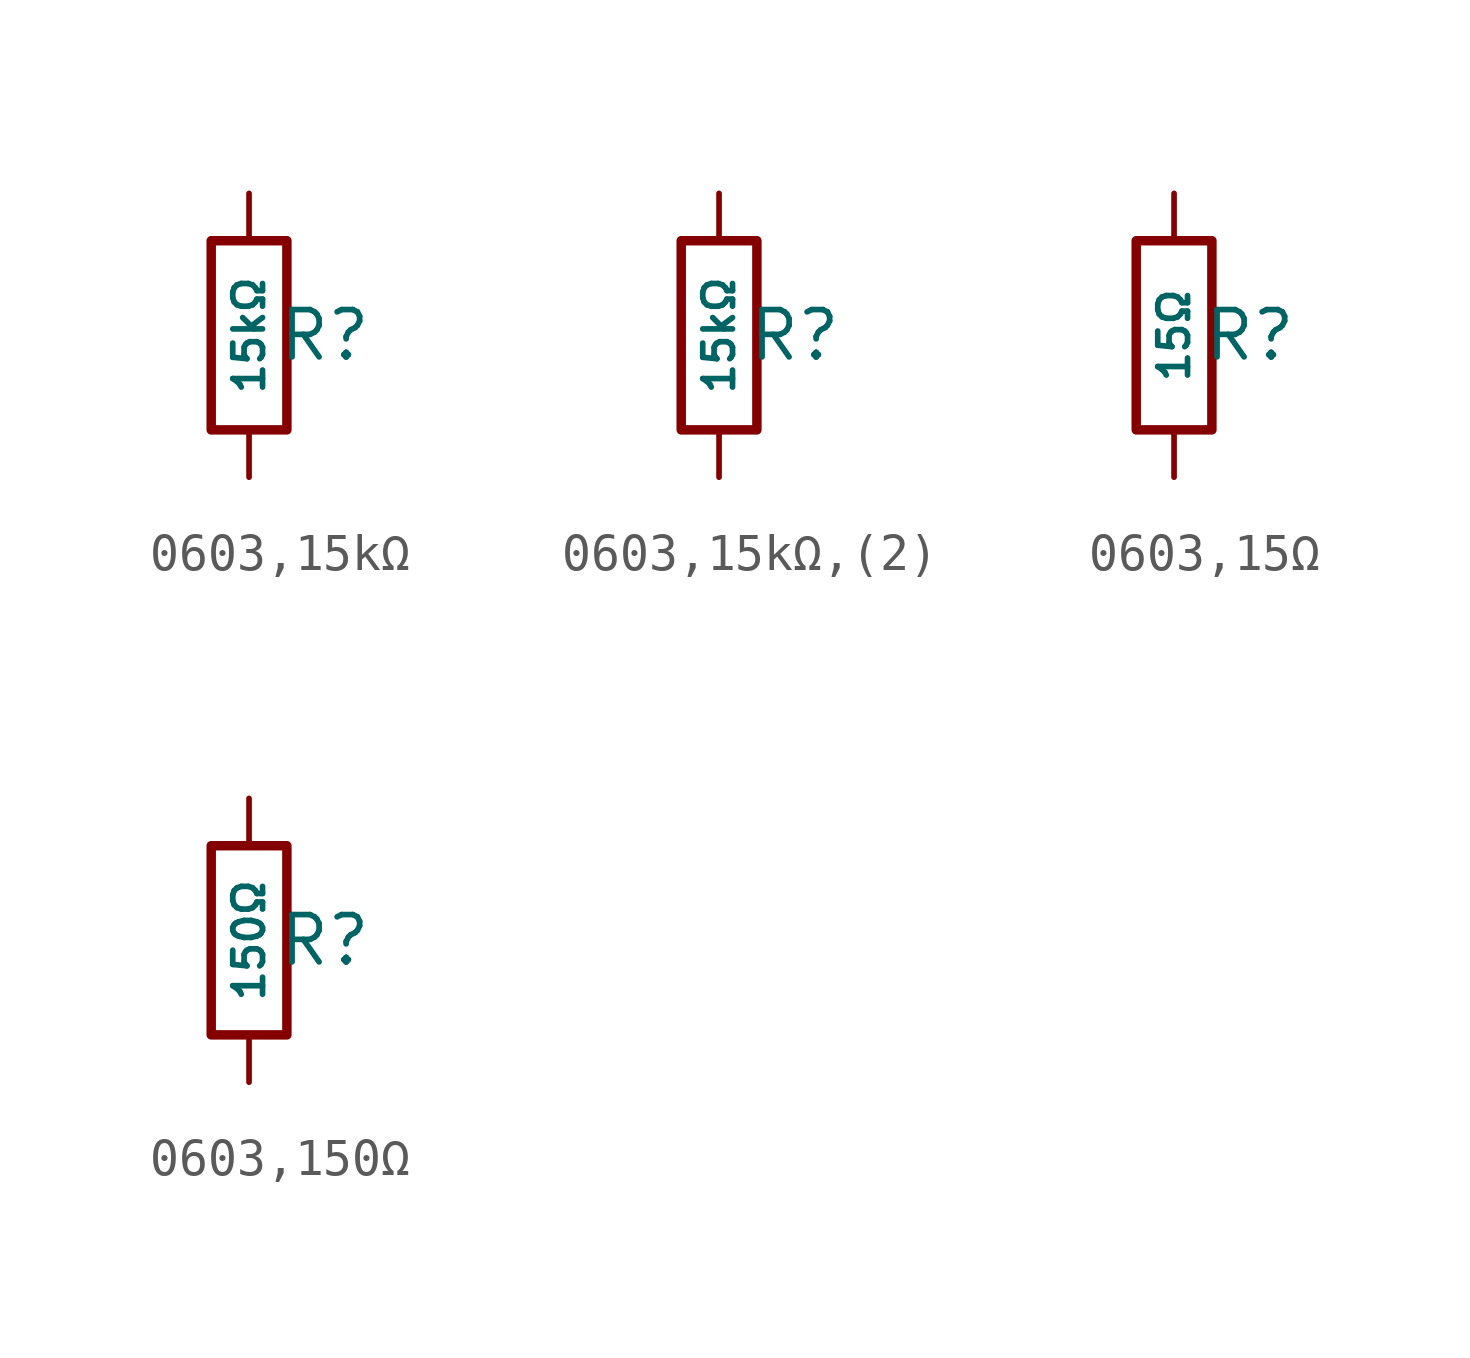
<source format=kicad_sym>
(kicad_symbol_lib
  (version 20231120)
  (generator "CDFER")
  (generator_version "8.0")
  (symbol "0603,15kΩ"
    (pin_numbers hide)
    (pin_names
      (offset 0))
    (property "Reference" "R"
      (at 2.032 0 0)
      (effects (font (size 1.27 1.27)) (hide no)))
    (property "Value" "15kΩ"
      (at 0 0 90)
      (do_not_autoplace)
      (effects (font (size 0.8 0.8)) (hide no)))
    (symbol "0603,15kΩ_0_1"
      (rectangle (start -1.016 2.54) (end 1.016 -2.54) (stroke (width 0.254) (type default)) (fill (type none))))
    (symbol "0603,15kΩ_1_1"
      (pin passive line (at 0 3.81 270) (length 1.27) (name "~" (effects (font (size 1.27 1.27)))) (number "1" (effects (font (size 1.27 1.27)))))
      (pin passive line (at 0 -3.81 90) (length 1.27) (name "~" (effects (font (size 1.27 1.27)))) (number "2" (effects (font (size 1.27 1.27)))))))
  (symbol "0603,15kΩ,(2)"
    (pin_numbers hide)
    (pin_names
      (offset 0))
    (property "Reference" "R"
      (at 2.032 0 0)
      (effects (font (size 1.27 1.27)) (hide no)))
    (property "Value" "15kΩ"
      (at 0 0 90)
      (do_not_autoplace)
      (effects (font (size 0.8 0.8)) (hide no)))
    (symbol "0603,15kΩ,(2)_0_1"
      (rectangle (start -1.016 2.54) (end 1.016 -2.54) (stroke (width 0.254) (type default)) (fill (type none))))
    (symbol "0603,15kΩ,(2)_1_1"
      (pin passive line (at 0 3.81 270) (length 1.27) (name "~" (effects (font (size 1.27 1.27)))) (number "1" (effects (font (size 1.27 1.27)))))
      (pin passive line (at 0 -3.81 90) (length 1.27) (name "~" (effects (font (size 1.27 1.27)))) (number "2" (effects (font (size 1.27 1.27)))))))
  (symbol "0603,15Ω"
    (pin_numbers hide)
    (pin_names
      (offset 0))
    (property "Reference" "R"
      (at 2.032 0 0)
      (effects (font (size 1.27 1.27)) (hide no)))
    (property "Value" "15Ω"
      (at 0 0 90)
      (do_not_autoplace)
      (effects (font (size 0.8 0.8)) (hide no)))
    (symbol "0603,15Ω_0_1"
      (rectangle (start -1.016 2.54) (end 1.016 -2.54) (stroke (width 0.254) (type default)) (fill (type none))))
    (symbol "0603,15Ω_1_1"
      (pin passive line (at 0 3.81 270) (length 1.27) (name "~" (effects (font (size 1.27 1.27)))) (number "1" (effects (font (size 1.27 1.27)))))
      (pin passive line (at 0 -3.81 90) (length 1.27) (name "~" (effects (font (size 1.27 1.27)))) (number "2" (effects (font (size 1.27 1.27)))))))
  (symbol "0603,150Ω"
    (pin_numbers hide)
    (pin_names
      (offset 0))
    (property "Reference" "R"
      (at 2.032 0 0)
      (effects (font (size 1.27 1.27)) (hide no)))
    (property "Value" "150Ω"
      (at 0 0 90)
      (do_not_autoplace)
      (effects (font (size 0.8 0.8)) (hide no)))
    (symbol "0603,150Ω_0_1"
      (rectangle (start -1.016 2.54) (end 1.016 -2.54) (stroke (width 0.254) (type default)) (fill (type none))))
    (symbol "0603,150Ω_1_1"
      (pin passive line (at 0 3.81 270) (length 1.27) (name "~" (effects (font (size 1.27 1.27)))) (number "1" (effects (font (size 1.27 1.27)))))
      (pin passive line (at 0 -3.81 90) (length 1.27) (name "~" (effects (font (size 1.27 1.27)))) (number "2" (effects (font (size 1.27 1.27))))))))
</source>
